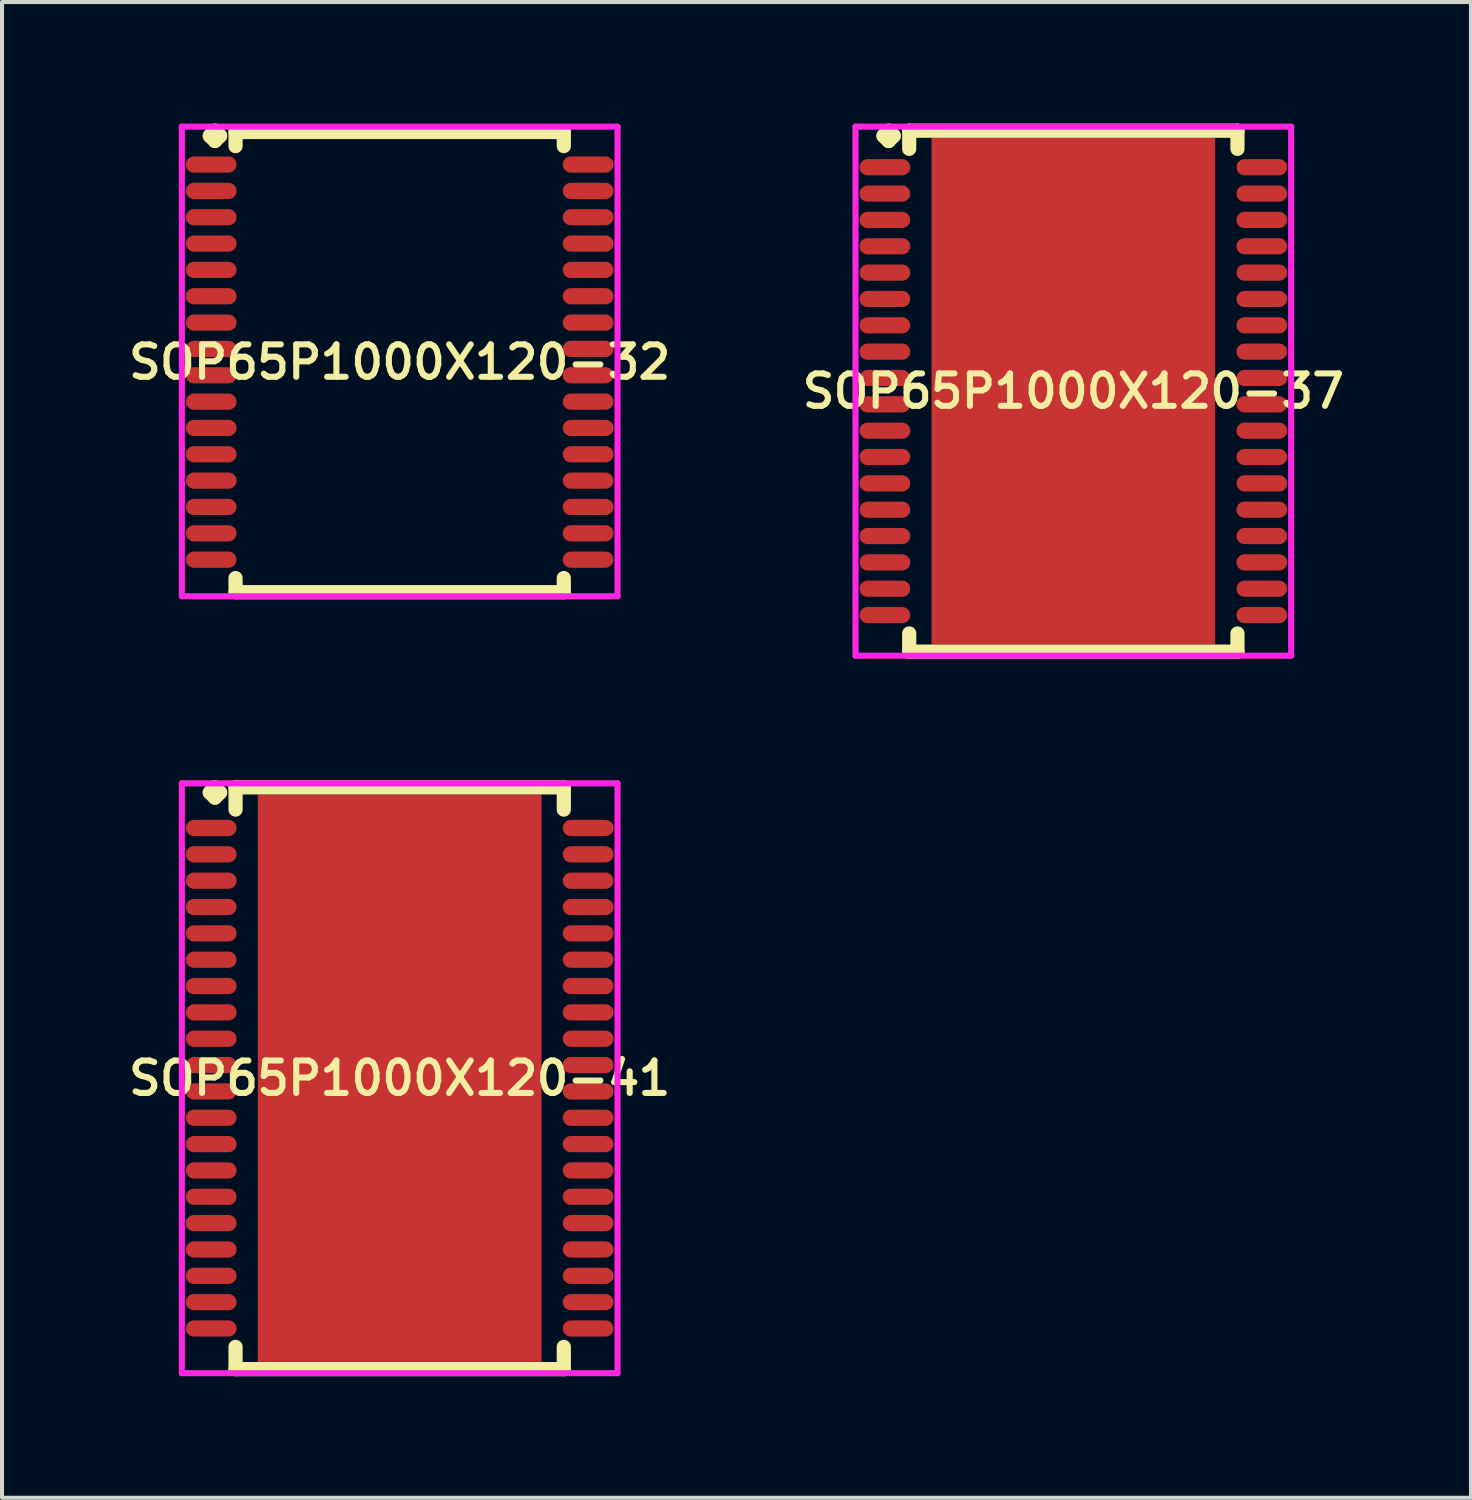
<source format=kicad_pcb>
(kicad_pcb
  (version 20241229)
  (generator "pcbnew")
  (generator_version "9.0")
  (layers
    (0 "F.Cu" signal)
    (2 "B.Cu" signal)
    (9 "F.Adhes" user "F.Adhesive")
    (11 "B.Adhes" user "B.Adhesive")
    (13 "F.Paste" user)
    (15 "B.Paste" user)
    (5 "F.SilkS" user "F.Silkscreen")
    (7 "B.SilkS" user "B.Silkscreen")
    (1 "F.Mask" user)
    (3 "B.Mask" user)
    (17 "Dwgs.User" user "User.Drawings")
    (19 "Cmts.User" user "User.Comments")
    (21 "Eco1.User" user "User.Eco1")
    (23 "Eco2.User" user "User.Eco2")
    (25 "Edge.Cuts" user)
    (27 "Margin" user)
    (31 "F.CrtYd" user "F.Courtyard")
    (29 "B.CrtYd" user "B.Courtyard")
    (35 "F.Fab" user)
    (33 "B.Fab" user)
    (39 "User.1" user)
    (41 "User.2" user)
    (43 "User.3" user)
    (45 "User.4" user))
  (footprint "SOP65P1000X120-41"
    (layer "F.Cu")
    (at 6.812 23.556)
    (property "Reference" "SOP65P1000X120-41" (at 0 0 0) (layer "F.SilkS") (effects (font (size 0.8 0.8) (thickness 0.15))))
    (attr through_hole)
    (fp_line (start -4.685 -7.05) (end -4.558 -7.177) (stroke (width 0.35) (type solid)) (layer "F.SilkS"))
    (fp_line (start -4.558 -7.177) (end -4.431 -7.05) (stroke (width 0.35) (type solid)) (layer "F.SilkS"))
    (fp_line (start -4.558 -6.923) (end -4.685 -7.05) (stroke (width 0.35) (type solid)) (layer "F.SilkS"))
    (fp_line (start -4.431 -7.05) (end -4.558 -6.923) (stroke (width 0.35) (type solid)) (layer "F.SilkS"))
    (fp_line (start -4.05 -7.177) (end 4.05 -7.177) (stroke (width 0.35) (type solid)) (layer "F.SilkS"))
    (fp_line (start -4.05 -6.629) (end -4.05 -7.177) (stroke (width 0.35) (type solid)) (layer "F.SilkS"))
    (fp_line (start -4.05 6.629) (end -4.05 7.177) (stroke (width 0.35) (type solid)) (layer "F.SilkS"))
    (fp_line (start -4.05 7.177) (end 4.05 7.177) (stroke (width 0.35) (type solid)) (layer "F.SilkS"))
    (fp_line (start 4.05 -7.177) (end 4.05 -6.629) (stroke (width 0.35) (type solid)) (layer "F.SilkS"))
    (fp_line (start 4.05 7.177) (end 4.05 6.629) (stroke (width 0.35) (type solid)) (layer "F.SilkS"))
    (fp_line (start -5.375 -7.277) (end 5.375 -7.277) (stroke (width 0.15) (type solid)) (layer "F.CrtYd"))
    (fp_line (start -5.375 7.277) (end -5.375 -7.277) (stroke (width 0.15) (type solid)) (layer "F.CrtYd"))
    (fp_line (start 5.375 -7.277) (end 5.375 7.277) (stroke (width 0.15) (type solid)) (layer "F.CrtYd"))
    (fp_line (start 5.375 7.277) (end -5.375 7.277) (stroke (width 0.15) (type solid)) (layer "F.CrtYd"))
    (pad "1" smd oval (at -4.65 -6.175) (size 1.25 0.4) (layers "F.Cu" "F.Mask" "F.Paste"))
    (pad "2" smd oval (at -4.65 -5.525) (size 1.25 0.4) (layers "F.Cu" "F.Mask" "F.Paste"))
    (pad "3" smd oval (at -4.65 -4.875) (size 1.25 0.4) (layers "F.Cu" "F.Mask" "F.Paste"))
    (pad "4" smd oval (at -4.65 -4.225) (size 1.25 0.4) (layers "F.Cu" "F.Mask" "F.Paste"))
    (pad "5" smd oval (at -4.65 -3.575) (size 1.25 0.4) (layers "F.Cu" "F.Mask" "F.Paste"))
    (pad "6" smd oval (at -4.65 -2.925) (size 1.25 0.4) (layers "F.Cu" "F.Mask" "F.Paste"))
    (pad "7" smd oval (at -4.65 -2.275) (size 1.25 0.4) (layers "F.Cu" "F.Mask" "F.Paste"))
    (pad "8" smd oval (at -4.65 -1.625) (size 1.25 0.4) (layers "F.Cu" "F.Mask" "F.Paste"))
    (pad "9" smd oval (at -4.65 -0.975) (size 1.25 0.4) (layers "F.Cu" "F.Mask" "F.Paste"))
    (pad "10" smd oval (at -4.65 -0.325) (size 1.25 0.4) (layers "F.Cu" "F.Mask" "F.Paste"))
    (pad "11" smd oval (at -4.65 0.325) (size 1.25 0.4) (layers "F.Cu" "F.Mask" "F.Paste"))
    (pad "12" smd oval (at -4.65 0.975) (size 1.25 0.4) (layers "F.Cu" "F.Mask" "F.Paste"))
    (pad "13" smd oval (at -4.65 1.625) (size 1.25 0.4) (layers "F.Cu" "F.Mask" "F.Paste"))
    (pad "14" smd oval (at -4.65 2.275) (size 1.25 0.4) (layers "F.Cu" "F.Mask" "F.Paste"))
    (pad "15" smd oval (at -4.65 2.925) (size 1.25 0.4) (layers "F.Cu" "F.Mask" "F.Paste"))
    (pad "16" smd oval (at -4.65 3.575) (size 1.25 0.4) (layers "F.Cu" "F.Mask" "F.Paste"))
    (pad "17" smd oval (at -4.65 4.225) (size 1.25 0.4) (layers "F.Cu" "F.Mask" "F.Paste"))
    (pad "18" smd oval (at -4.65 4.875) (size 1.25 0.4) (layers "F.Cu" "F.Mask" "F.Paste"))
    (pad "19" smd oval (at -4.65 5.525) (size 1.25 0.4) (layers "F.Cu" "F.Mask" "F.Paste"))
    (pad "20" smd oval (at -4.65 6.175) (size 1.25 0.4) (layers "F.Cu" "F.Mask" "F.Paste"))
    (pad "21" smd oval (at 4.65 6.175) (size 1.25 0.4) (layers "F.Cu" "F.Mask" "F.Paste"))
    (pad "22" smd oval (at 4.65 5.525) (size 1.25 0.4) (layers "F.Cu" "F.Mask" "F.Paste"))
    (pad "23" smd oval (at 4.65 4.875) (size 1.25 0.4) (layers "F.Cu" "F.Mask" "F.Paste"))
    (pad "24" smd oval (at 4.65 4.225) (size 1.25 0.4) (layers "F.Cu" "F.Mask" "F.Paste"))
    (pad "25" smd oval (at 4.65 3.575) (size 1.25 0.4) (layers "F.Cu" "F.Mask" "F.Paste"))
    (pad "26" smd oval (at 4.65 2.925) (size 1.25 0.4) (layers "F.Cu" "F.Mask" "F.Paste"))
    (pad "27" smd oval (at 4.65 2.275) (size 1.25 0.4) (layers "F.Cu" "F.Mask" "F.Paste"))
    (pad "28" smd oval (at 4.65 1.625) (size 1.25 0.4) (layers "F.Cu" "F.Mask" "F.Paste"))
    (pad "29" smd oval (at 4.65 0.975) (size 1.25 0.4) (layers "F.Cu" "F.Mask" "F.Paste"))
    (pad "30" smd oval (at 4.65 0.325) (size 1.25 0.4) (layers "F.Cu" "F.Mask" "F.Paste"))
    (pad "31" smd oval (at 4.65 -0.325) (size 1.25 0.4) (layers "F.Cu" "F.Mask" "F.Paste"))
    (pad "32" smd oval (at 4.65 -0.975) (size 1.25 0.4) (layers "F.Cu" "F.Mask" "F.Paste"))
    (pad "33" smd oval (at 4.65 -1.625) (size 1.25 0.4) (layers "F.Cu" "F.Mask" "F.Paste"))
    (pad "34" smd oval (at 4.65 -2.275) (size 1.25 0.4) (layers "F.Cu" "F.Mask" "F.Paste"))
    (pad "35" smd oval (at 4.65 -2.925) (size 1.25 0.4) (layers "F.Cu" "F.Mask" "F.Paste"))
    (pad "36" smd oval (at 4.65 -3.575) (size 1.25 0.4) (layers "F.Cu" "F.Mask" "F.Paste"))
    (pad "37" smd oval (at 4.65 -4.225) (size 1.25 0.4) (layers "F.Cu" "F.Mask" "F.Paste"))
    (pad "38" smd oval (at 4.65 -4.875) (size 1.25 0.4) (layers "F.Cu" "F.Mask" "F.Paste"))
    (pad "39" smd oval (at 4.65 -5.525) (size 1.25 0.4) (layers "F.Cu" "F.Mask" "F.Paste"))
    (pad "40" smd oval (at 4.65 -6.175) (size 1.25 0.4) (layers "F.Cu" "F.Mask" "F.Paste"))
    (pad "41" smd rect (at 0 0) (size 7 14) (layers "F.Cu" "F.Mask" "F.Paste")))
  (footprint "SOP65P1000X120-32"
    (layer "F.Cu")
    (at 6.812 5.885)
    (property "Reference" "SOP65P1000X120-32" (at 0 0 0) (layer "F.SilkS") (effects (font (size 0.8 0.8) (thickness 0.15))))
    (attr through_hole)
    (fp_line (start -4.685 -5.583) (end -4.558 -5.71) (stroke (width 0.35) (type solid)) (layer "F.SilkS"))
    (fp_line (start -4.558 -5.71) (end -4.431 -5.583) (stroke (width 0.35) (type solid)) (layer "F.SilkS"))
    (fp_line (start -4.558 -5.456) (end -4.685 -5.583) (stroke (width 0.35) (type solid)) (layer "F.SilkS"))
    (fp_line (start -4.431 -5.583) (end -4.558 -5.456) (stroke (width 0.35) (type solid)) (layer "F.SilkS"))
    (fp_line (start -4.05 -5.677) (end 4.05 -5.677) (stroke (width 0.35) (type solid)) (layer "F.SilkS"))
    (fp_line (start -4.05 -5.329) (end -4.05 -5.677) (stroke (width 0.35) (type solid)) (layer "F.SilkS"))
    (fp_line (start -4.05 5.329) (end -4.05 5.677) (stroke (width 0.35) (type solid)) (layer "F.SilkS"))
    (fp_line (start -4.05 5.677) (end 4.05 5.677) (stroke (width 0.35) (type solid)) (layer "F.SilkS"))
    (fp_line (start 4.05 -5.677) (end 4.05 -5.329) (stroke (width 0.35) (type solid)) (layer "F.SilkS"))
    (fp_line (start 4.05 5.677) (end 4.05 5.329) (stroke (width 0.35) (type solid)) (layer "F.SilkS"))
    (fp_line (start -5.375 -5.81) (end 5.375 -5.81) (stroke (width 0.15) (type solid)) (layer "F.CrtYd"))
    (fp_line (start -5.375 5.777) (end -5.375 -5.81) (stroke (width 0.15) (type solid)) (layer "F.CrtYd"))
    (fp_line (start 5.375 -5.81) (end 5.375 5.777) (stroke (width 0.15) (type solid)) (layer "F.CrtYd"))
    (fp_line (start 5.375 5.777) (end -5.375 5.777) (stroke (width 0.15) (type solid)) (layer "F.CrtYd"))
    (pad "1" smd oval (at -4.65 -4.875) (size 1.25 0.4) (layers "F.Cu" "F.Mask" "F.Paste"))
    (pad "2" smd oval (at -4.65 -4.225) (size 1.25 0.4) (layers "F.Cu" "F.Mask" "F.Paste"))
    (pad "3" smd oval (at -4.65 -3.575) (size 1.25 0.4) (layers "F.Cu" "F.Mask" "F.Paste"))
    (pad "4" smd oval (at -4.65 -2.925) (size 1.25 0.4) (layers "F.Cu" "F.Mask" "F.Paste"))
    (pad "5" smd oval (at -4.65 -2.275) (size 1.25 0.4) (layers "F.Cu" "F.Mask" "F.Paste"))
    (pad "6" smd oval (at -4.65 -1.625) (size 1.25 0.4) (layers "F.Cu" "F.Mask" "F.Paste"))
    (pad "7" smd oval (at -4.65 -0.975) (size 1.25 0.4) (layers "F.Cu" "F.Mask" "F.Paste"))
    (pad "8" smd oval (at -4.65 -0.325) (size 1.25 0.4) (layers "F.Cu" "F.Mask" "F.Paste"))
    (pad "9" smd oval (at -4.65 0.325) (size 1.25 0.4) (layers "F.Cu" "F.Mask" "F.Paste"))
    (pad "10" smd oval (at -4.65 0.975) (size 1.25 0.4) (layers "F.Cu" "F.Mask" "F.Paste"))
    (pad "11" smd oval (at -4.65 1.625) (size 1.25 0.4) (layers "F.Cu" "F.Mask" "F.Paste"))
    (pad "12" smd oval (at -4.65 2.275) (size 1.25 0.4) (layers "F.Cu" "F.Mask" "F.Paste"))
    (pad "13" smd oval (at -4.65 2.925) (size 1.25 0.4) (layers "F.Cu" "F.Mask" "F.Paste"))
    (pad "14" smd oval (at -4.65 3.575) (size 1.25 0.4) (layers "F.Cu" "F.Mask" "F.Paste"))
    (pad "15" smd oval (at -4.65 4.225) (size 1.25 0.4) (layers "F.Cu" "F.Mask" "F.Paste"))
    (pad "16" smd oval (at -4.65 4.875) (size 1.25 0.4) (layers "F.Cu" "F.Mask" "F.Paste"))
    (pad "17" smd oval (at 4.65 4.875) (size 1.25 0.4) (layers "F.Cu" "F.Mask" "F.Paste"))
    (pad "18" smd oval (at 4.65 4.225) (size 1.25 0.4) (layers "F.Cu" "F.Mask" "F.Paste"))
    (pad "19" smd oval (at 4.65 3.575) (size 1.25 0.4) (layers "F.Cu" "F.Mask" "F.Paste"))
    (pad "20" smd oval (at 4.65 2.925) (size 1.25 0.4) (layers "F.Cu" "F.Mask" "F.Paste"))
    (pad "21" smd oval (at 4.65 2.275) (size 1.25 0.4) (layers "F.Cu" "F.Mask" "F.Paste"))
    (pad "22" smd oval (at 4.65 1.625) (size 1.25 0.4) (layers "F.Cu" "F.Mask" "F.Paste"))
    (pad "23" smd oval (at 4.65 0.975) (size 1.25 0.4) (layers "F.Cu" "F.Mask" "F.Paste"))
    (pad "24" smd oval (at 4.65 0.325) (size 1.25 0.4) (layers "F.Cu" "F.Mask" "F.Paste"))
    (pad "25" smd oval (at 4.65 -0.325) (size 1.25 0.4) (layers "F.Cu" "F.Mask" "F.Paste"))
    (pad "26" smd oval (at 4.65 -0.975) (size 1.25 0.4) (layers "F.Cu" "F.Mask" "F.Paste"))
    (pad "27" smd oval (at 4.65 -1.625) (size 1.25 0.4) (layers "F.Cu" "F.Mask" "F.Paste"))
    (pad "28" smd oval (at 4.65 -2.275) (size 1.25 0.4) (layers "F.Cu" "F.Mask" "F.Paste"))
    (pad "29" smd oval (at 4.65 -2.925) (size 1.25 0.4) (layers "F.Cu" "F.Mask" "F.Paste"))
    (pad "30" smd oval (at 4.65 -3.575) (size 1.25 0.4) (layers "F.Cu" "F.Mask" "F.Paste"))
    (pad "31" smd oval (at 4.65 -4.225) (size 1.25 0.4) (layers "F.Cu" "F.Mask" "F.Paste"))
    (pad "32" smd oval (at 4.65 -4.875) (size 1.25 0.4) (layers "F.Cu" "F.Mask" "F.Paste")))
  (footprint "SOP65P1000X120-37"
    (layer "F.Cu")
    (at 23.435 6.602)
    (property "Reference" "SOP65P1000X120-37" (at 0 0 0) (layer "F.SilkS") (effects (font (size 0.8 0.8) (thickness 0.15))))
    (attr through_hole)
    (fp_line (start -4.685 -6.3) (end -4.558 -6.427) (stroke (width 0.35) (type solid)) (layer "F.SilkS"))
    (fp_line (start -4.558 -6.427) (end -4.431 -6.3) (stroke (width 0.35) (type solid)) (layer "F.SilkS"))
    (fp_line (start -4.558 -6.173) (end -4.685 -6.3) (stroke (width 0.35) (type solid)) (layer "F.SilkS"))
    (fp_line (start -4.431 -6.3) (end -4.558 -6.173) (stroke (width 0.35) (type solid)) (layer "F.SilkS"))
    (fp_line (start -4.05 -6.427) (end 4.05 -6.427) (stroke (width 0.35) (type solid)) (layer "F.SilkS"))
    (fp_line (start -4.05 -5.979) (end -4.05 -6.427) (stroke (width 0.35) (type solid)) (layer "F.SilkS"))
    (fp_line (start -4.05 5.979) (end -4.05 6.427) (stroke (width 0.35) (type solid)) (layer "F.SilkS"))
    (fp_line (start -4.05 6.427) (end 4.05 6.427) (stroke (width 0.35) (type solid)) (layer "F.SilkS"))
    (fp_line (start 4.05 -6.427) (end 4.05 -5.979) (stroke (width 0.35) (type solid)) (layer "F.SilkS"))
    (fp_line (start 4.05 6.427) (end 4.05 5.979) (stroke (width 0.35) (type solid)) (layer "F.SilkS"))
    (fp_line (start -5.375 -6.527) (end 5.375 -6.527) (stroke (width 0.15) (type solid)) (layer "F.CrtYd"))
    (fp_line (start -5.375 6.527) (end -5.375 -6.527) (stroke (width 0.15) (type solid)) (layer "F.CrtYd"))
    (fp_line (start 5.375 -6.527) (end 5.375 6.527) (stroke (width 0.15) (type solid)) (layer "F.CrtYd"))
    (fp_line (start 5.375 6.527) (end -5.375 6.527) (stroke (width 0.15) (type solid)) (layer "F.CrtYd"))
    (pad "1" smd oval (at -4.65 -5.525) (size 1.25 0.4) (layers "F.Cu" "F.Mask" "F.Paste"))
    (pad "2" smd oval (at -4.65 -4.875) (size 1.25 0.4) (layers "F.Cu" "F.Mask" "F.Paste"))
    (pad "3" smd oval (at -4.65 -4.225) (size 1.25 0.4) (layers "F.Cu" "F.Mask" "F.Paste"))
    (pad "4" smd oval (at -4.65 -3.575) (size 1.25 0.4) (layers "F.Cu" "F.Mask" "F.Paste"))
    (pad "5" smd oval (at -4.65 -2.925) (size 1.25 0.4) (layers "F.Cu" "F.Mask" "F.Paste"))
    (pad "6" smd oval (at -4.65 -2.275) (size 1.25 0.4) (layers "F.Cu" "F.Mask" "F.Paste"))
    (pad "7" smd oval (at -4.65 -1.625) (size 1.25 0.4) (layers "F.Cu" "F.Mask" "F.Paste"))
    (pad "8" smd oval (at -4.65 -0.975) (size 1.25 0.4) (layers "F.Cu" "F.Mask" "F.Paste"))
    (pad "9" smd oval (at -4.65 -0.325) (size 1.25 0.4) (layers "F.Cu" "F.Mask" "F.Paste"))
    (pad "10" smd oval (at -4.65 0.325) (size 1.25 0.4) (layers "F.Cu" "F.Mask" "F.Paste"))
    (pad "11" smd oval (at -4.65 0.975) (size 1.25 0.4) (layers "F.Cu" "F.Mask" "F.Paste"))
    (pad "12" smd oval (at -4.65 1.625) (size 1.25 0.4) (layers "F.Cu" "F.Mask" "F.Paste"))
    (pad "13" smd oval (at -4.65 2.275) (size 1.25 0.4) (layers "F.Cu" "F.Mask" "F.Paste"))
    (pad "14" smd oval (at -4.65 2.925) (size 1.25 0.4) (layers "F.Cu" "F.Mask" "F.Paste"))
    (pad "15" smd oval (at -4.65 3.575) (size 1.25 0.4) (layers "F.Cu" "F.Mask" "F.Paste"))
    (pad "16" smd oval (at -4.65 4.225) (size 1.25 0.4) (layers "F.Cu" "F.Mask" "F.Paste"))
    (pad "17" smd oval (at -4.65 4.875) (size 1.25 0.4) (layers "F.Cu" "F.Mask" "F.Paste"))
    (pad "18" smd oval (at -4.65 5.525) (size 1.25 0.4) (layers "F.Cu" "F.Mask" "F.Paste"))
    (pad "19" smd oval (at 4.65 5.525) (size 1.25 0.4) (layers "F.Cu" "F.Mask" "F.Paste"))
    (pad "20" smd oval (at 4.65 4.875) (size 1.25 0.4) (layers "F.Cu" "F.Mask" "F.Paste"))
    (pad "21" smd oval (at 4.65 4.225) (size 1.25 0.4) (layers "F.Cu" "F.Mask" "F.Paste"))
    (pad "22" smd oval (at 4.65 3.575) (size 1.25 0.4) (layers "F.Cu" "F.Mask" "F.Paste"))
    (pad "23" smd oval (at 4.65 2.925) (size 1.25 0.4) (layers "F.Cu" "F.Mask" "F.Paste"))
    (pad "24" smd oval (at 4.65 2.275) (size 1.25 0.4) (layers "F.Cu" "F.Mask" "F.Paste"))
    (pad "25" smd oval (at 4.65 1.625) (size 1.25 0.4) (layers "F.Cu" "F.Mask" "F.Paste"))
    (pad "26" smd oval (at 4.65 0.975) (size 1.25 0.4) (layers "F.Cu" "F.Mask" "F.Paste"))
    (pad "27" smd oval (at 4.65 0.325) (size 1.25 0.4) (layers "F.Cu" "F.Mask" "F.Paste"))
    (pad "28" smd oval (at 4.65 -0.325) (size 1.25 0.4) (layers "F.Cu" "F.Mask" "F.Paste"))
    (pad "29" smd oval (at 4.65 -0.975) (size 1.25 0.4) (layers "F.Cu" "F.Mask" "F.Paste"))
    (pad "30" smd oval (at 4.65 -1.625) (size 1.25 0.4) (layers "F.Cu" "F.Mask" "F.Paste"))
    (pad "31" smd oval (at 4.65 -2.275) (size 1.25 0.4) (layers "F.Cu" "F.Mask" "F.Paste"))
    (pad "32" smd oval (at 4.65 -2.925) (size 1.25 0.4) (layers "F.Cu" "F.Mask" "F.Paste"))
    (pad "33" smd oval (at 4.65 -3.575) (size 1.25 0.4) (layers "F.Cu" "F.Mask" "F.Paste"))
    (pad "34" smd oval (at 4.65 -4.225) (size 1.25 0.4) (layers "F.Cu" "F.Mask" "F.Paste"))
    (pad "35" smd oval (at 4.65 -4.875) (size 1.25 0.4) (layers "F.Cu" "F.Mask" "F.Paste"))
    (pad "36" smd oval (at 4.65 -5.525) (size 1.25 0.4) (layers "F.Cu" "F.Mask" "F.Paste"))
    (pad "37" smd rect (at 0 0) (size 7 12.5) (layers "F.Cu" "F.Mask" "F.Paste")))
  (gr_rect
    (start -3 -3)
    (end 33.247 33.908)
    (stroke (width 0.1) (type default))
    (fill no)
    (layer "Edge.Cuts")))
</source>
